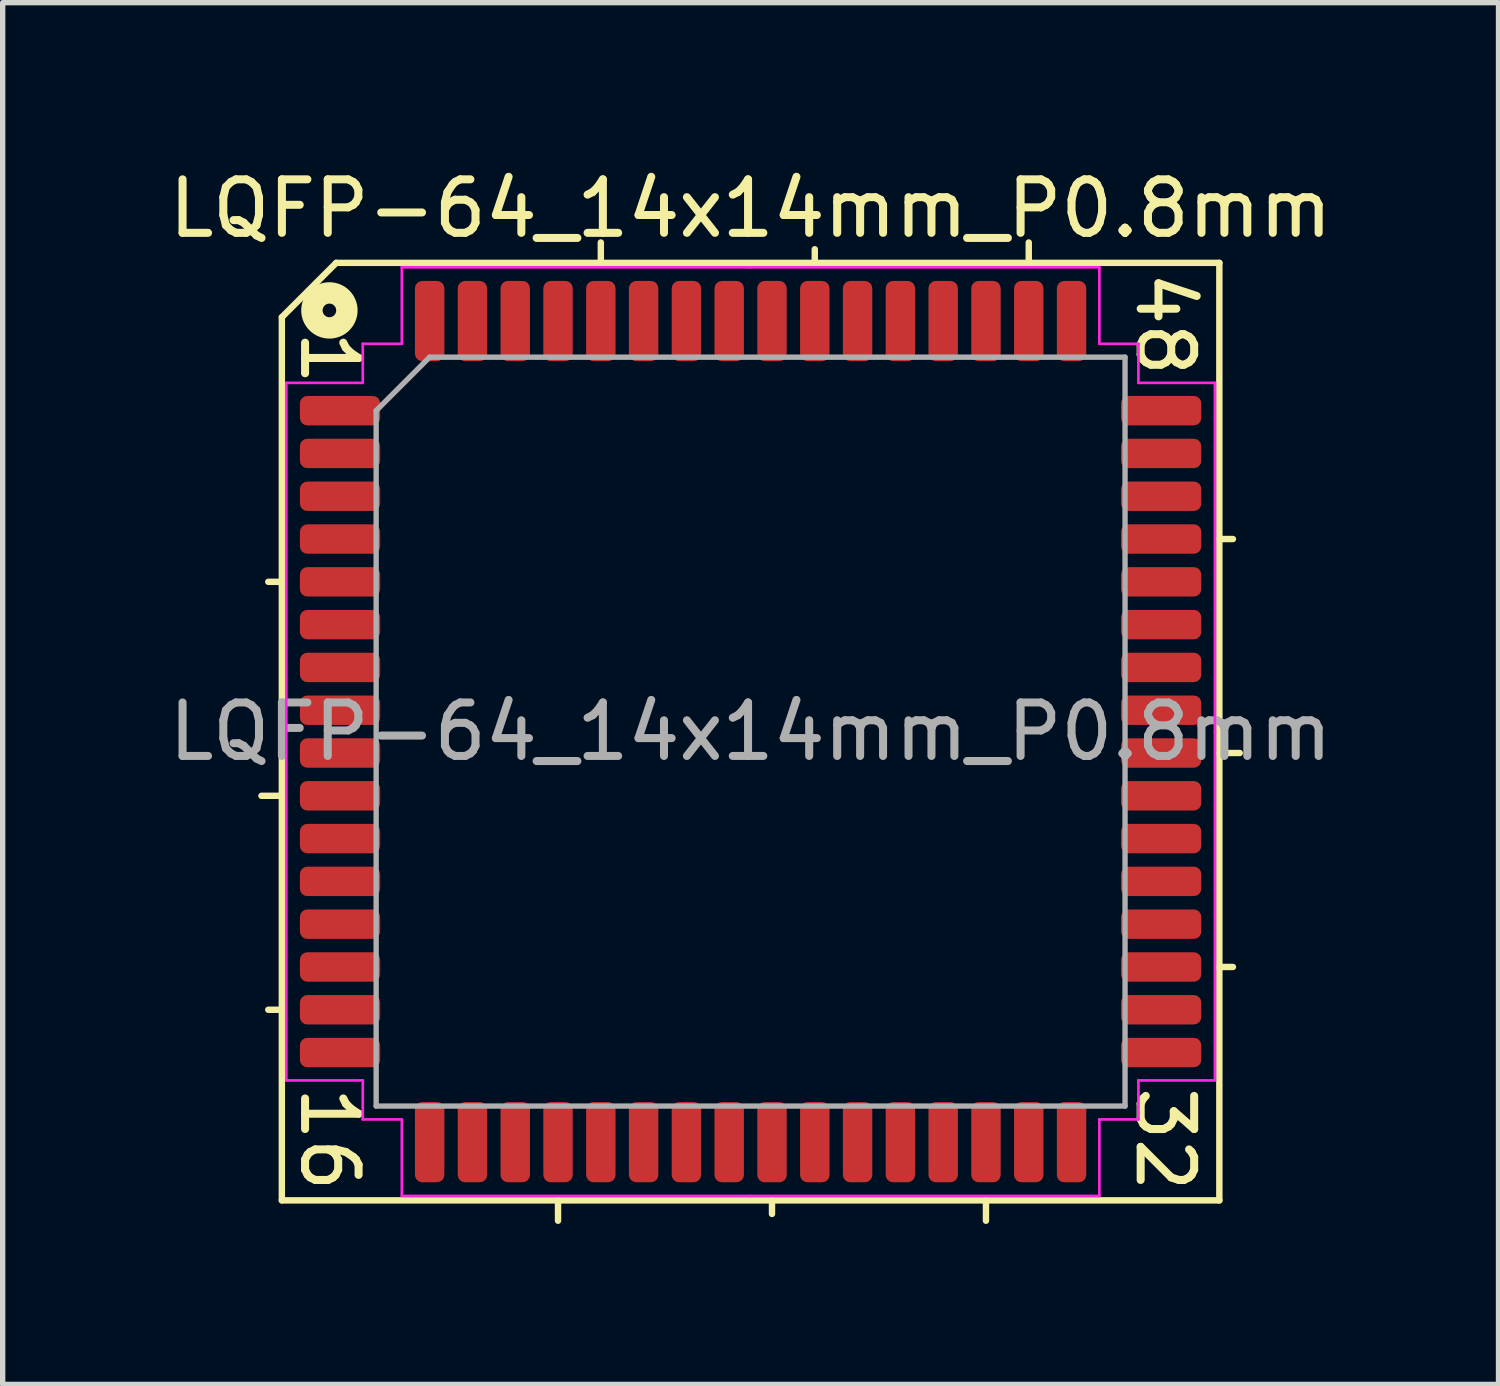
<source format=kicad_pcb>
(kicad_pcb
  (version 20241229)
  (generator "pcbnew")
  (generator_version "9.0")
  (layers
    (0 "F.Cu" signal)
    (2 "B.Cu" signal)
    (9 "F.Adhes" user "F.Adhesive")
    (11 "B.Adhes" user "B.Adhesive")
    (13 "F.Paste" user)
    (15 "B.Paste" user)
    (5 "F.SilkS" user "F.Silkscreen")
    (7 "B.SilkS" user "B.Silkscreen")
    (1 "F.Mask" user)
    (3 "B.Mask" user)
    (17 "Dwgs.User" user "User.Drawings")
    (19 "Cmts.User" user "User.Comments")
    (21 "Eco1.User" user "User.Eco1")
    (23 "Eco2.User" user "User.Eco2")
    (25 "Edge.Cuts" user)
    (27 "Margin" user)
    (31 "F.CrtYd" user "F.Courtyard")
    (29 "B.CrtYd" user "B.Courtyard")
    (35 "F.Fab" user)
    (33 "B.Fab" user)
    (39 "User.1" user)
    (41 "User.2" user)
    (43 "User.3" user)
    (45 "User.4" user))
  (footprint "LQFP-64_14x14mm_P0.8mm"
    (layer "F.Cu")
    (at 10.982 10.627)
    (property "Reference" "LQFP-64_14x14mm_P0.8mm" (at 0 -9.779 0) (layer "F.SilkS") (effects (font (size 1 1) (thickness 0.15))))
    (attr smd)
    (fp_line (start -8.763 -7.747) (end -8.763 8.763) (stroke (width 0.12) (type solid)) (layer "F.SilkS"))
    (fp_line (start -8.763 -2.8) (end -9.017 -2.8) (stroke (width 0.12) (type solid)) (layer "F.SilkS"))
    (fp_line (start -8.763 1.2) (end -9.144 1.2) (stroke (width 0.12) (type solid)) (layer "F.SilkS"))
    (fp_line (start -8.763 5.2) (end -9.017 5.2) (stroke (width 0.12) (type solid)) (layer "F.SilkS"))
    (fp_line (start -8.763 8.763) (end 8.763 8.763) (stroke (width 0.12) (type solid)) (layer "F.SilkS"))
    (fp_line (start -7.747 -8.763) (end -8.763 -7.747) (stroke (width 0.12) (type solid)) (layer "F.SilkS"))
    (fp_line (start -3.6 8.763) (end -3.6 9.144) (stroke (width 0.12) (type solid)) (layer "F.SilkS"))
    (fp_line (start -2.8 -8.763) (end -2.8 -9.144) (stroke (width 0.12) (type solid)) (layer "F.SilkS"))
    (fp_line (start 0.4 8.763) (end 0.4 9.017) (stroke (width 0.12) (type solid)) (layer "F.SilkS"))
    (fp_line (start 1.2 -8.763) (end 1.2 -9.017) (stroke (width 0.12) (type solid)) (layer "F.SilkS"))
    (fp_line (start 4.4 8.763) (end 4.4 9.144) (stroke (width 0.12) (type solid)) (layer "F.SilkS"))
    (fp_line (start 5.2 -8.763) (end 5.2 -9.144) (stroke (width 0.12) (type solid)) (layer "F.SilkS"))
    (fp_line (start 8.763 -8.763) (end -7.747 -8.763) (stroke (width 0.12) (type solid)) (layer "F.SilkS"))
    (fp_line (start 8.763 -3.6) (end 9.017 -3.6) (stroke (width 0.12) (type solid)) (layer "F.SilkS"))
    (fp_line (start 8.763 0.4) (end 9.144 0.4) (stroke (width 0.12) (type solid)) (layer "F.SilkS"))
    (fp_line (start 8.763 4.4) (end 9.017 4.4) (stroke (width 0.12) (type solid)) (layer "F.SilkS"))
    (fp_line (start 8.763 8.763) (end 8.763 -8.763) (stroke (width 0.12) (type solid)) (layer "F.SilkS"))
    (fp_circle (center -7.874 -7.874) (end -7.747 -7.874) (stroke (width 0.4) (type solid)) (fill no) (layer "F.SilkS"))
    (fp_line (start -8.68 -6.52) (end -8.68 0) (stroke (width 0.05) (type solid)) (layer "F.CrtYd"))
    (fp_line (start -8.68 6.52) (end -8.68 0) (stroke (width 0.05) (type solid)) (layer "F.CrtYd"))
    (fp_line (start -7.25 -7.25) (end -7.25 -6.52) (stroke (width 0.05) (type solid)) (layer "F.CrtYd"))
    (fp_line (start -7.25 -6.52) (end -8.68 -6.52) (stroke (width 0.05) (type solid)) (layer "F.CrtYd"))
    (fp_line (start -7.25 6.52) (end -8.68 6.52) (stroke (width 0.05) (type solid)) (layer "F.CrtYd"))
    (fp_line (start -7.25 7.25) (end -7.25 6.52) (stroke (width 0.05) (type solid)) (layer "F.CrtYd"))
    (fp_line (start -6.52 -8.68) (end -6.52 -7.25) (stroke (width 0.05) (type solid)) (layer "F.CrtYd"))
    (fp_line (start -6.52 -7.25) (end -7.25 -7.25) (stroke (width 0.05) (type solid)) (layer "F.CrtYd"))
    (fp_line (start -6.52 7.25) (end -7.25 7.25) (stroke (width 0.05) (type solid)) (layer "F.CrtYd"))
    (fp_line (start -6.52 8.68) (end -6.52 7.25) (stroke (width 0.05) (type solid)) (layer "F.CrtYd"))
    (fp_line (start 0 -8.68) (end -6.52 -8.68) (stroke (width 0.05) (type solid)) (layer "F.CrtYd"))
    (fp_line (start 0 -8.68) (end 6.52 -8.68) (stroke (width 0.05) (type solid)) (layer "F.CrtYd"))
    (fp_line (start 0 8.68) (end -6.52 8.68) (stroke (width 0.05) (type solid)) (layer "F.CrtYd"))
    (fp_line (start 0 8.68) (end 6.52 8.68) (stroke (width 0.05) (type solid)) (layer "F.CrtYd"))
    (fp_line (start 6.52 -8.68) (end 6.52 -7.25) (stroke (width 0.05) (type solid)) (layer "F.CrtYd"))
    (fp_line (start 6.52 -7.25) (end 7.25 -7.25) (stroke (width 0.05) (type solid)) (layer "F.CrtYd"))
    (fp_line (start 6.52 7.25) (end 7.25 7.25) (stroke (width 0.05) (type solid)) (layer "F.CrtYd"))
    (fp_line (start 6.52 8.68) (end 6.52 7.25) (stroke (width 0.05) (type solid)) (layer "F.CrtYd"))
    (fp_line (start 7.25 -7.25) (end 7.25 -6.52) (stroke (width 0.05) (type solid)) (layer "F.CrtYd"))
    (fp_line (start 7.25 -6.52) (end 8.68 -6.52) (stroke (width 0.05) (type solid)) (layer "F.CrtYd"))
    (fp_line (start 7.25 6.52) (end 8.68 6.52) (stroke (width 0.05) (type solid)) (layer "F.CrtYd"))
    (fp_line (start 7.25 7.25) (end 7.25 6.52) (stroke (width 0.05) (type solid)) (layer "F.CrtYd"))
    (fp_line (start 8.68 -6.52) (end 8.68 0) (stroke (width 0.05) (type solid)) (layer "F.CrtYd"))
    (fp_line (start 8.68 6.52) (end 8.68 0) (stroke (width 0.05) (type solid)) (layer "F.CrtYd"))
    (fp_line (start -7 -6) (end -6 -7) (stroke (width 0.1) (type solid)) (layer "F.Fab"))
    (fp_line (start -7 7) (end -7 -6) (stroke (width 0.1) (type solid)) (layer "F.Fab"))
    (fp_line (start -6 -7) (end 7 -7) (stroke (width 0.1) (type solid)) (layer "F.Fab"))
    (fp_line (start 7 -7) (end 7 7) (stroke (width 0.1) (type solid)) (layer "F.Fab"))
    (fp_line (start 7 7) (end -7 7) (stroke (width 0.1) (type solid)) (layer "F.Fab"))
    (fp_text user "1" (at -7.874 -6.985 270) (unlocked yes) (layer "F.SilkS") (effects (font (size 1 1) (thickness 0.15))))
    (fp_text user "32" (at 7.747 7.62 270) (unlocked yes) (layer "F.SilkS") (effects (font (size 1 1) (thickness 0.15))))
    (fp_text user "48" (at 7.747 -7.62 270) (unlocked yes) (layer "F.SilkS") (effects (font (size 1 1) (thickness 0.15))))
    (fp_text user "16" (at -7.874 7.62 270) (unlocked yes) (layer "F.SilkS") (effects (font (size 1 1) (thickness 0.15))))
    (fp_text user "${REFERENCE}" (at 0 0 0) (layer "F.Fab") (effects (font (size 1 1) (thickness 0.15))))
    (pad "1" smd roundrect (at -7.675 -6) (size 1.5 0.55) (layers "F.Cu" "F.Mask" "F.Paste") (roundrect_rratio 0.25))
    (pad "2" smd roundrect (at -7.675 -5.2) (size 1.5 0.55) (layers "F.Cu" "F.Mask" "F.Paste") (roundrect_rratio 0.25))
    (pad "3" smd roundrect (at -7.675 -4.4) (size 1.5 0.55) (layers "F.Cu" "F.Mask" "F.Paste") (roundrect_rratio 0.25))
    (pad "4" smd roundrect (at -7.675 -3.6) (size 1.5 0.55) (layers "F.Cu" "F.Mask" "F.Paste") (roundrect_rratio 0.25))
    (pad "5" smd roundrect (at -7.675 -2.8) (size 1.5 0.55) (layers "F.Cu" "F.Mask" "F.Paste") (roundrect_rratio 0.25))
    (pad "6" smd roundrect (at -7.675 -2) (size 1.5 0.55) (layers "F.Cu" "F.Mask" "F.Paste") (roundrect_rratio 0.25))
    (pad "7" smd roundrect (at -7.675 -1.2) (size 1.5 0.55) (layers "F.Cu" "F.Mask" "F.Paste") (roundrect_rratio 0.25))
    (pad "8" smd roundrect (at -7.675 -0.4) (size 1.5 0.55) (layers "F.Cu" "F.Mask" "F.Paste") (roundrect_rratio 0.25))
    (pad "9" smd roundrect (at -7.675 0.4) (size 1.5 0.55) (layers "F.Cu" "F.Mask" "F.Paste") (roundrect_rratio 0.25))
    (pad "10" smd roundrect (at -7.675 1.2) (size 1.5 0.55) (layers "F.Cu" "F.Mask" "F.Paste") (roundrect_rratio 0.25))
    (pad "11" smd roundrect (at -7.675 2) (size 1.5 0.55) (layers "F.Cu" "F.Mask" "F.Paste") (roundrect_rratio 0.25))
    (pad "12" smd roundrect (at -7.675 2.8) (size 1.5 0.55) (layers "F.Cu" "F.Mask" "F.Paste") (roundrect_rratio 0.25))
    (pad "13" smd roundrect (at -7.675 3.6) (size 1.5 0.55) (layers "F.Cu" "F.Mask" "F.Paste") (roundrect_rratio 0.25))
    (pad "14" smd roundrect (at -7.675 4.4) (size 1.5 0.55) (layers "F.Cu" "F.Mask" "F.Paste") (roundrect_rratio 0.25))
    (pad "15" smd roundrect (at -7.675 5.2) (size 1.5 0.55) (layers "F.Cu" "F.Mask" "F.Paste") (roundrect_rratio 0.25))
    (pad "16" smd roundrect (at -7.675 6) (size 1.5 0.55) (layers "F.Cu" "F.Mask" "F.Paste") (roundrect_rratio 0.25))
    (pad "17" smd roundrect (at -6 7.675) (size 0.55 1.5) (layers "F.Cu" "F.Mask" "F.Paste") (roundrect_rratio 0.25))
    (pad "18" smd roundrect (at -5.2 7.675) (size 0.55 1.5) (layers "F.Cu" "F.Mask" "F.Paste") (roundrect_rratio 0.25))
    (pad "19" smd roundrect (at -4.4 7.675) (size 0.55 1.5) (layers "F.Cu" "F.Mask" "F.Paste") (roundrect_rratio 0.25))
    (pad "20" smd roundrect (at -3.6 7.675) (size 0.55 1.5) (layers "F.Cu" "F.Mask" "F.Paste") (roundrect_rratio 0.25))
    (pad "21" smd roundrect (at -2.8 7.675) (size 0.55 1.5) (layers "F.Cu" "F.Mask" "F.Paste") (roundrect_rratio 0.25))
    (pad "22" smd roundrect (at -2 7.675) (size 0.55 1.5) (layers "F.Cu" "F.Mask" "F.Paste") (roundrect_rratio 0.25))
    (pad "23" smd roundrect (at -1.2 7.675) (size 0.55 1.5) (layers "F.Cu" "F.Mask" "F.Paste") (roundrect_rratio 0.25))
    (pad "24" smd roundrect (at -0.4 7.675) (size 0.55 1.5) (layers "F.Cu" "F.Mask" "F.Paste") (roundrect_rratio 0.25))
    (pad "25" smd roundrect (at 0.4 7.675) (size 0.55 1.5) (layers "F.Cu" "F.Mask" "F.Paste") (roundrect_rratio 0.25))
    (pad "26" smd roundrect (at 1.2 7.675) (size 0.55 1.5) (layers "F.Cu" "F.Mask" "F.Paste") (roundrect_rratio 0.25))
    (pad "27" smd roundrect (at 2 7.675) (size 0.55 1.5) (layers "F.Cu" "F.Mask" "F.Paste") (roundrect_rratio 0.25))
    (pad "28" smd roundrect (at 2.8 7.675) (size 0.55 1.5) (layers "F.Cu" "F.Mask" "F.Paste") (roundrect_rratio 0.25))
    (pad "29" smd roundrect (at 3.6 7.675) (size 0.55 1.5) (layers "F.Cu" "F.Mask" "F.Paste") (roundrect_rratio 0.25))
    (pad "30" smd roundrect (at 4.4 7.675) (size 0.55 1.5) (layers "F.Cu" "F.Mask" "F.Paste") (roundrect_rratio 0.25))
    (pad "31" smd roundrect (at 5.2 7.675) (size 0.55 1.5) (layers "F.Cu" "F.Mask" "F.Paste") (roundrect_rratio 0.25))
    (pad "32" smd roundrect (at 6 7.675) (size 0.55 1.5) (layers "F.Cu" "F.Mask" "F.Paste") (roundrect_rratio 0.25))
    (pad "33" smd roundrect (at 7.675 6) (size 1.5 0.55) (layers "F.Cu" "F.Mask" "F.Paste") (roundrect_rratio 0.25))
    (pad "34" smd roundrect (at 7.675 5.2) (size 1.5 0.55) (layers "F.Cu" "F.Mask" "F.Paste") (roundrect_rratio 0.25))
    (pad "35" smd roundrect (at 7.675 4.4) (size 1.5 0.55) (layers "F.Cu" "F.Mask" "F.Paste") (roundrect_rratio 0.25))
    (pad "36" smd roundrect (at 7.675 3.6) (size 1.5 0.55) (layers "F.Cu" "F.Mask" "F.Paste") (roundrect_rratio 0.25))
    (pad "37" smd roundrect (at 7.675 2.8) (size 1.5 0.55) (layers "F.Cu" "F.Mask" "F.Paste") (roundrect_rratio 0.25))
    (pad "38" smd roundrect (at 7.675 2) (size 1.5 0.55) (layers "F.Cu" "F.Mask" "F.Paste") (roundrect_rratio 0.25))
    (pad "39" smd roundrect (at 7.675 1.2) (size 1.5 0.55) (layers "F.Cu" "F.Mask" "F.Paste") (roundrect_rratio 0.25))
    (pad "40" smd roundrect (at 7.675 0.4) (size 1.5 0.55) (layers "F.Cu" "F.Mask" "F.Paste") (roundrect_rratio 0.25))
    (pad "41" smd roundrect (at 7.675 -0.4) (size 1.5 0.55) (layers "F.Cu" "F.Mask" "F.Paste") (roundrect_rratio 0.25))
    (pad "42" smd roundrect (at 7.675 -1.2) (size 1.5 0.55) (layers "F.Cu" "F.Mask" "F.Paste") (roundrect_rratio 0.25))
    (pad "43" smd roundrect (at 7.675 -2) (size 1.5 0.55) (layers "F.Cu" "F.Mask" "F.Paste") (roundrect_rratio 0.25))
    (pad "44" smd roundrect (at 7.675 -2.8) (size 1.5 0.55) (layers "F.Cu" "F.Mask" "F.Paste") (roundrect_rratio 0.25))
    (pad "45" smd roundrect (at 7.675 -3.6) (size 1.5 0.55) (layers "F.Cu" "F.Mask" "F.Paste") (roundrect_rratio 0.25))
    (pad "46" smd roundrect (at 7.675 -4.4) (size 1.5 0.55) (layers "F.Cu" "F.Mask" "F.Paste") (roundrect_rratio 0.25))
    (pad "47" smd roundrect (at 7.675 -5.2) (size 1.5 0.55) (layers "F.Cu" "F.Mask" "F.Paste") (roundrect_rratio 0.25))
    (pad "48" smd roundrect (at 7.675 -6) (size 1.5 0.55) (layers "F.Cu" "F.Mask" "F.Paste") (roundrect_rratio 0.25))
    (pad "49" smd roundrect (at 6 -7.675) (size 0.55 1.5) (layers "F.Cu" "F.Mask" "F.Paste") (roundrect_rratio 0.25))
    (pad "50" smd roundrect (at 5.2 -7.675) (size 0.55 1.5) (layers "F.Cu" "F.Mask" "F.Paste") (roundrect_rratio 0.25))
    (pad "51" smd roundrect (at 4.4 -7.675) (size 0.55 1.5) (layers "F.Cu" "F.Mask" "F.Paste") (roundrect_rratio 0.25))
    (pad "52" smd roundrect (at 3.6 -7.675) (size 0.55 1.5) (layers "F.Cu" "F.Mask" "F.Paste") (roundrect_rratio 0.25))
    (pad "53" smd roundrect (at 2.8 -7.675) (size 0.55 1.5) (layers "F.Cu" "F.Mask" "F.Paste") (roundrect_rratio 0.25))
    (pad "54" smd roundrect (at 2 -7.675) (size 0.55 1.5) (layers "F.Cu" "F.Mask" "F.Paste") (roundrect_rratio 0.25))
    (pad "55" smd roundrect (at 1.2 -7.675) (size 0.55 1.5) (layers "F.Cu" "F.Mask" "F.Paste") (roundrect_rratio 0.25))
    (pad "56" smd roundrect (at 0.4 -7.675) (size 0.55 1.5) (layers "F.Cu" "F.Mask" "F.Paste") (roundrect_rratio 0.25))
    (pad "57" smd roundrect (at -0.4 -7.675) (size 0.55 1.5) (layers "F.Cu" "F.Mask" "F.Paste") (roundrect_rratio 0.25))
    (pad "58" smd roundrect (at -1.2 -7.675) (size 0.55 1.5) (layers "F.Cu" "F.Mask" "F.Paste") (roundrect_rratio 0.25))
    (pad "59" smd roundrect (at -2 -7.675) (size 0.55 1.5) (layers "F.Cu" "F.Mask" "F.Paste") (roundrect_rratio 0.25))
    (pad "60" smd roundrect (at -2.8 -7.675) (size 0.55 1.5) (layers "F.Cu" "F.Mask" "F.Paste") (roundrect_rratio 0.25))
    (pad "61" smd roundrect (at -3.6 -7.675) (size 0.55 1.5) (layers "F.Cu" "F.Mask" "F.Paste") (roundrect_rratio 0.25))
    (pad "62" smd roundrect (at -4.4 -7.675) (size 0.55 1.5) (layers "F.Cu" "F.Mask" "F.Paste") (roundrect_rratio 0.25))
    (pad "63" smd roundrect (at -5.2 -7.675) (size 0.55 1.5) (layers "F.Cu" "F.Mask" "F.Paste") (roundrect_rratio 0.25))
    (pad "64" smd roundrect (at -6 -7.675) (size 0.55 1.5) (layers "F.Cu" "F.Mask" "F.Paste") (roundrect_rratio 0.25)))
  (gr_rect
    (start -3 -3)
    (end 24.964 22.831)
    (stroke (width 0.1) (type default))
    (fill no)
    (layer "Edge.Cuts")))
</source>
